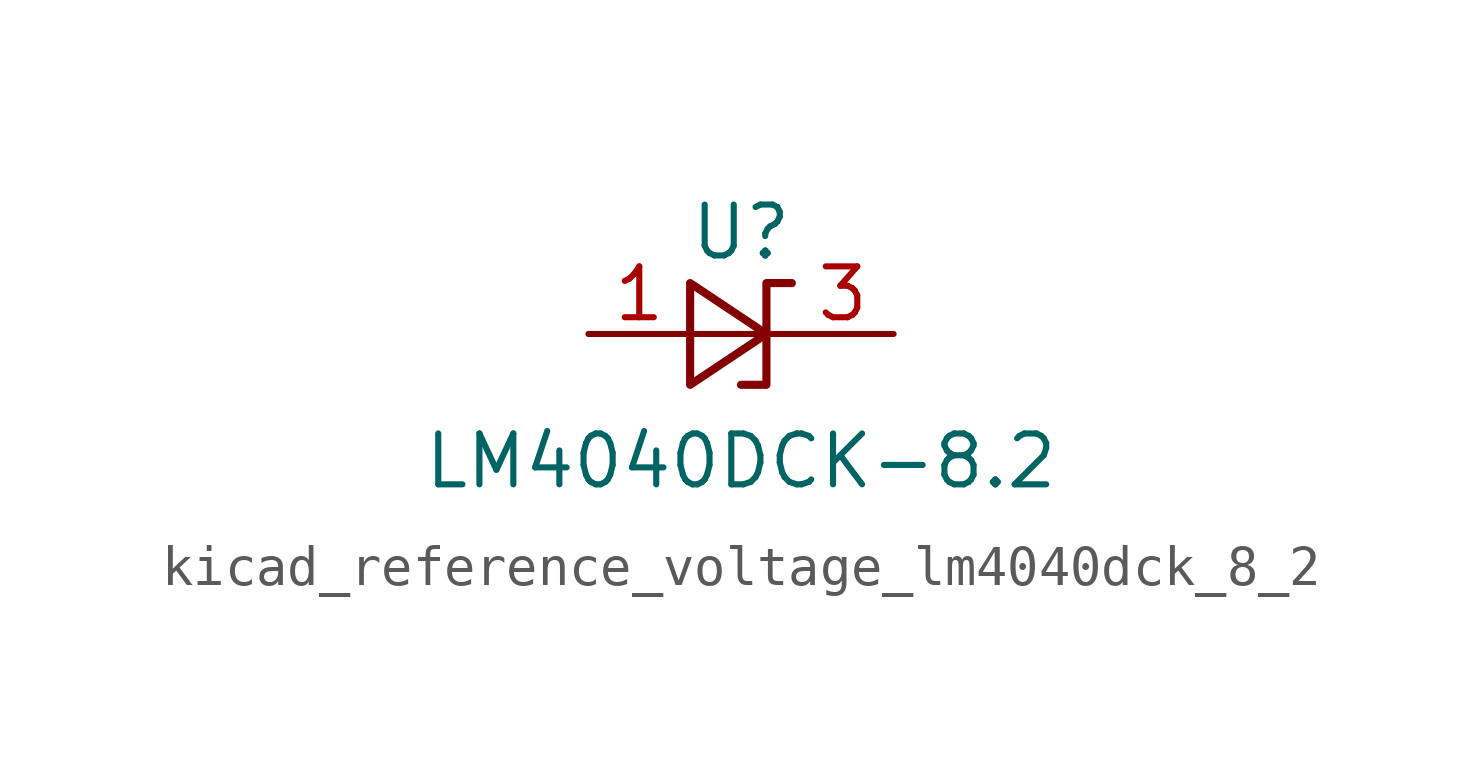
<source format=kicad_sym>
(kicad_symbol_lib
  (version 20220914)
  (generator kicad_symbol_editor)
  (symbol "kicad_reference_voltage_lm4040dck_8_2"
    (pin_names
      (offset 0.025) hide)
    (property "Reference" "U"
      (at 0 2.54 0)
      (effects (font (size 1.27 1.27))))
    (property "Value" "LM4040DCK-8.2"
      (at 0 -3.175 0)
      (effects (font (size 1.27 1.27))))
    (symbol "kicad_reference_voltage_lm4040dck_8_2_0_1"
      (polyline (pts (xy -1.27 0) (xy 0 0) (xy 1.27 0)) (stroke (width 0) (type default)) (fill (type none)))
      (polyline (pts (xy -1.27 -1.27) (xy 0.635 0) (xy -1.27 1.27) (xy -1.27 -1.27)) (stroke (width 0.203) (type default)) (fill (type none)))
      (polyline (pts (xy 0 -1.27) (xy 0.635 -1.27) (xy 0.635 1.27) (xy 1.27 1.27)) (stroke (width 0.203) (type default)) (fill (type none))))
    (symbol "kicad_reference_voltage_lm4040dck_8_2_1_1"
      (pin passive line (at -3.81 0 0) (length 2.54) (name "A" (effects (font (size 1.27 1.27)))) (number "1" (effects (font (size 1.27 1.27)))))
      (pin passive line (at 3.81 0 180) (length 2.54) (name "K" (effects (font (size 1.27 1.27)))) (number "3" (effects (font (size 1.27 1.27))))))))
</source>
